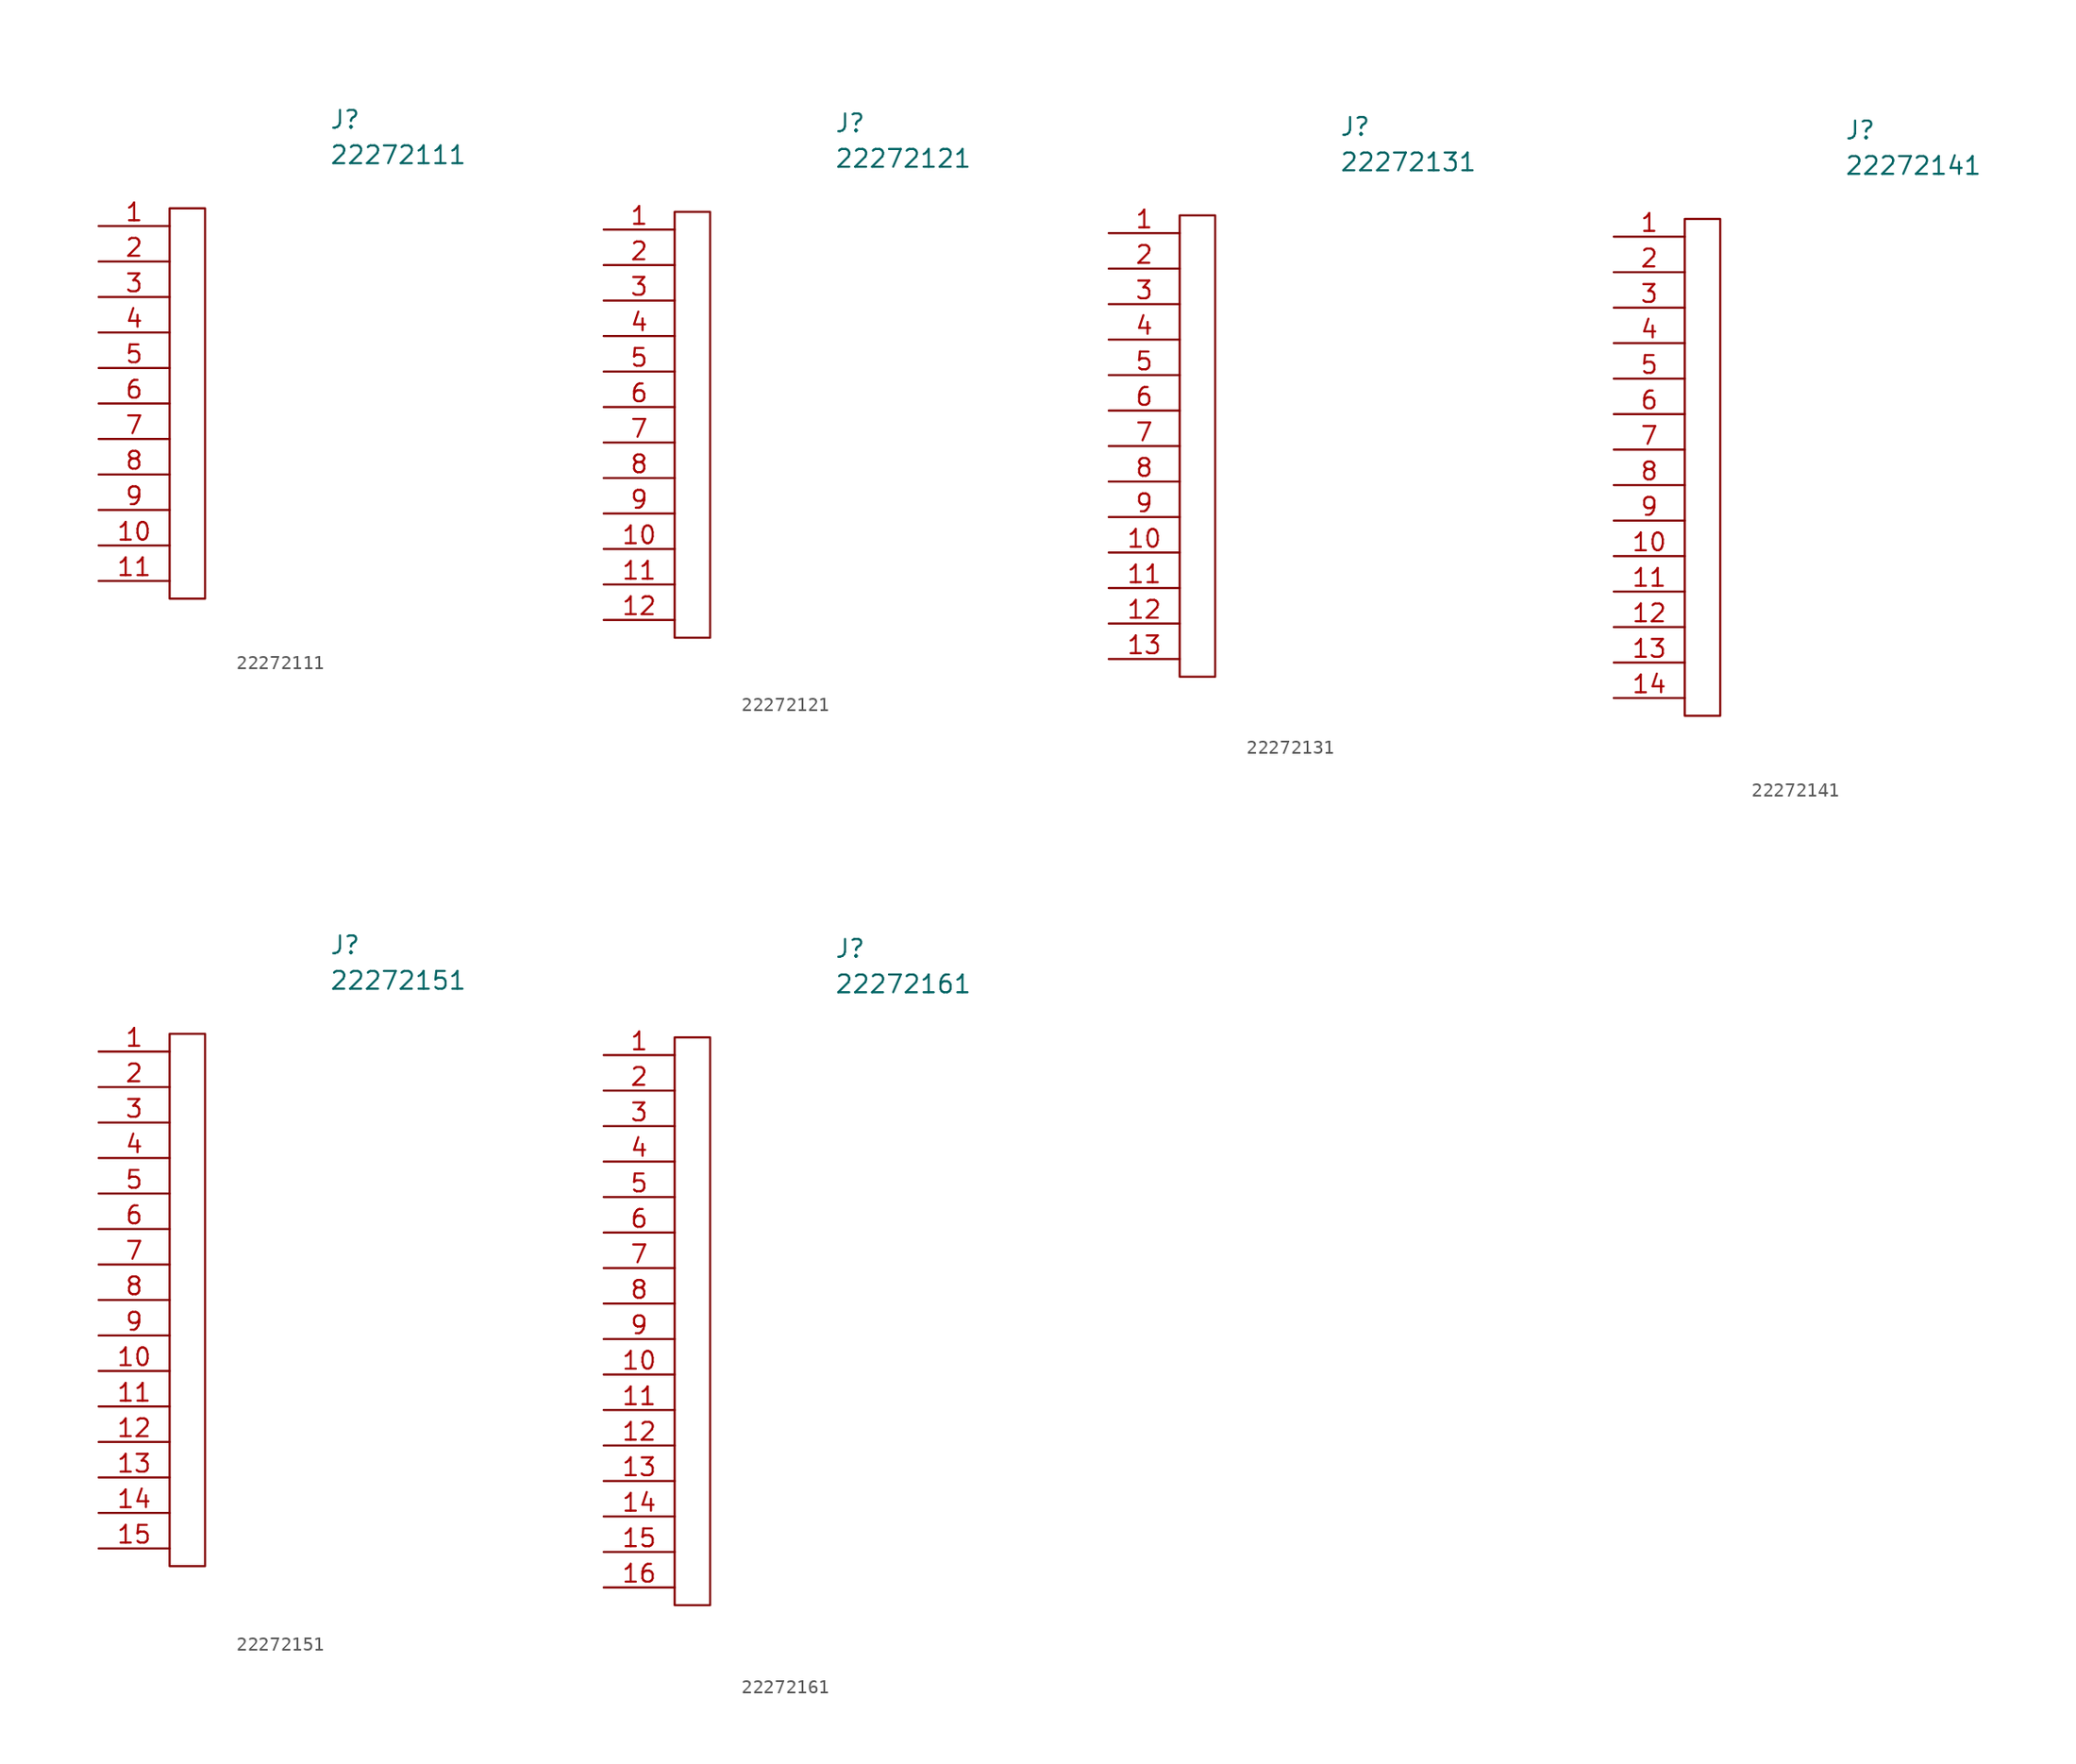
<source format=kicad_sym>
(kicad_symbol_lib
  (version 20241209)
  (generator "kicad_symbol_editor")
  (generator_version "9.0")
  (symbol "22272111"
    (pin_names
      (offset 0.762))
    (property "Reference" "J"
      (at 16.51 7.62 0)
      (effects (font (size 1.27 1.27)) (justify left)))
    (property "Value" "22272111"
      (at 16.51 5.08 0)
      (effects (font (size 1.27 1.27)) (justify left)))
    (symbol "22272111_0_1"
      (polyline (pts (xy 5.08 1.27) (xy 7.62 1.27) (xy 7.62 -26.67) (xy 5.08 -26.67) (xy 5.08 1.27)) (stroke (width 0.152) (type solid)) (fill (type none))))
    (symbol "22272111_1_0"
      (pin passive line (at 0 0 0) (length 5.08) (name "" (effects (font (size 1.27 1.27)))) (number "1" (effects (font (size 1.27 1.27)))))
      (pin passive line (at 0 -2.54 0) (length 5.08) (name "" (effects (font (size 1.27 1.27)))) (number "2" (effects (font (size 1.27 1.27)))))
      (pin passive line (at 0 -5.08 0) (length 5.08) (name "" (effects (font (size 1.27 1.27)))) (number "3" (effects (font (size 1.27 1.27)))))
      (pin passive line (at 0 -7.62 0) (length 5.08) (name "" (effects (font (size 1.27 1.27)))) (number "4" (effects (font (size 1.27 1.27)))))
      (pin passive line (at 0 -10.16 0) (length 5.08) (name "" (effects (font (size 1.27 1.27)))) (number "5" (effects (font (size 1.27 1.27)))))
      (pin passive line (at 0 -12.7 0) (length 5.08) (name "" (effects (font (size 1.27 1.27)))) (number "6" (effects (font (size 1.27 1.27)))))
      (pin passive line (at 0 -15.24 0) (length 5.08) (name "" (effects (font (size 1.27 1.27)))) (number "7" (effects (font (size 1.27 1.27)))))
      (pin passive line (at 0 -17.78 0) (length 5.08) (name "" (effects (font (size 1.27 1.27)))) (number "8" (effects (font (size 1.27 1.27)))))
      (pin passive line (at 0 -20.32 0) (length 5.08) (name "" (effects (font (size 1.27 1.27)))) (number "9" (effects (font (size 1.27 1.27)))))
      (pin passive line (at 0 -22.86 0) (length 5.08) (name "" (effects (font (size 1.27 1.27)))) (number "10" (effects (font (size 1.27 1.27)))))
      (pin passive line (at 0 -25.4 0) (length 5.08) (name "" (effects (font (size 1.27 1.27)))) (number "11" (effects (font (size 1.27 1.27)))))))
  (symbol "22272121"
    (pin_names
      (offset 0.762))
    (property "Reference" "J"
      (at 16.51 7.62 0)
      (effects (font (size 1.27 1.27)) (justify left)))
    (property "Value" "22272121"
      (at 16.51 5.08 0)
      (effects (font (size 1.27 1.27)) (justify left)))
    (symbol "22272121_0_1"
      (polyline (pts (xy 5.08 1.27) (xy 7.62 1.27) (xy 7.62 -29.21) (xy 5.08 -29.21) (xy 5.08 1.27)) (stroke (width 0.152) (type solid)) (fill (type none))))
    (symbol "22272121_1_0"
      (pin passive line (at 0 0 0) (length 5.08) (name "" (effects (font (size 1.27 1.27)))) (number "1" (effects (font (size 1.27 1.27)))))
      (pin passive line (at 0 -2.54 0) (length 5.08) (name "" (effects (font (size 1.27 1.27)))) (number "2" (effects (font (size 1.27 1.27)))))
      (pin passive line (at 0 -5.08 0) (length 5.08) (name "" (effects (font (size 1.27 1.27)))) (number "3" (effects (font (size 1.27 1.27)))))
      (pin passive line (at 0 -7.62 0) (length 5.08) (name "" (effects (font (size 1.27 1.27)))) (number "4" (effects (font (size 1.27 1.27)))))
      (pin passive line (at 0 -10.16 0) (length 5.08) (name "" (effects (font (size 1.27 1.27)))) (number "5" (effects (font (size 1.27 1.27)))))
      (pin passive line (at 0 -12.7 0) (length 5.08) (name "" (effects (font (size 1.27 1.27)))) (number "6" (effects (font (size 1.27 1.27)))))
      (pin passive line (at 0 -15.24 0) (length 5.08) (name "" (effects (font (size 1.27 1.27)))) (number "7" (effects (font (size 1.27 1.27)))))
      (pin passive line (at 0 -17.78 0) (length 5.08) (name "" (effects (font (size 1.27 1.27)))) (number "8" (effects (font (size 1.27 1.27)))))
      (pin passive line (at 0 -20.32 0) (length 5.08) (name "" (effects (font (size 1.27 1.27)))) (number "9" (effects (font (size 1.27 1.27)))))
      (pin passive line (at 0 -22.86 0) (length 5.08) (name "" (effects (font (size 1.27 1.27)))) (number "10" (effects (font (size 1.27 1.27)))))
      (pin passive line (at 0 -25.4 0) (length 5.08) (name "" (effects (font (size 1.27 1.27)))) (number "11" (effects (font (size 1.27 1.27)))))
      (pin passive line (at 0 -27.94 0) (length 5.08) (name "" (effects (font (size 1.27 1.27)))) (number "12" (effects (font (size 1.27 1.27)))))))
  (symbol "22272131"
    (pin_names
      (offset 0.762))
    (property "Reference" "J"
      (at 16.51 7.62 0)
      (effects (font (size 1.27 1.27)) (justify left)))
    (property "Value" "22272131"
      (at 16.51 5.08 0)
      (effects (font (size 1.27 1.27)) (justify left)))
    (symbol "22272131_0_1"
      (polyline (pts (xy 5.08 1.27) (xy 7.62 1.27) (xy 7.62 -31.75) (xy 5.08 -31.75) (xy 5.08 1.27)) (stroke (width 0.152) (type solid)) (fill (type none))))
    (symbol "22272131_1_0"
      (pin passive line (at 0 0 0) (length 5.08) (name "" (effects (font (size 1.27 1.27)))) (number "1" (effects (font (size 1.27 1.27)))))
      (pin passive line (at 0 -2.54 0) (length 5.08) (name "" (effects (font (size 1.27 1.27)))) (number "2" (effects (font (size 1.27 1.27)))))
      (pin passive line (at 0 -5.08 0) (length 5.08) (name "" (effects (font (size 1.27 1.27)))) (number "3" (effects (font (size 1.27 1.27)))))
      (pin passive line (at 0 -7.62 0) (length 5.08) (name "" (effects (font (size 1.27 1.27)))) (number "4" (effects (font (size 1.27 1.27)))))
      (pin passive line (at 0 -10.16 0) (length 5.08) (name "" (effects (font (size 1.27 1.27)))) (number "5" (effects (font (size 1.27 1.27)))))
      (pin passive line (at 0 -12.7 0) (length 5.08) (name "" (effects (font (size 1.27 1.27)))) (number "6" (effects (font (size 1.27 1.27)))))
      (pin passive line (at 0 -15.24 0) (length 5.08) (name "" (effects (font (size 1.27 1.27)))) (number "7" (effects (font (size 1.27 1.27)))))
      (pin passive line (at 0 -17.78 0) (length 5.08) (name "" (effects (font (size 1.27 1.27)))) (number "8" (effects (font (size 1.27 1.27)))))
      (pin passive line (at 0 -20.32 0) (length 5.08) (name "" (effects (font (size 1.27 1.27)))) (number "9" (effects (font (size 1.27 1.27)))))
      (pin passive line (at 0 -22.86 0) (length 5.08) (name "" (effects (font (size 1.27 1.27)))) (number "10" (effects (font (size 1.27 1.27)))))
      (pin passive line (at 0 -25.4 0) (length 5.08) (name "" (effects (font (size 1.27 1.27)))) (number "11" (effects (font (size 1.27 1.27)))))
      (pin passive line (at 0 -27.94 0) (length 5.08) (name "" (effects (font (size 1.27 1.27)))) (number "12" (effects (font (size 1.27 1.27)))))
      (pin passive line (at 0 -30.48 0) (length 5.08) (name "" (effects (font (size 1.27 1.27)))) (number "13" (effects (font (size 1.27 1.27)))))))
  (symbol "22272141"
    (pin_names
      (offset 0.762))
    (property "Reference" "J"
      (at 16.51 7.62 0)
      (effects (font (size 1.27 1.27)) (justify left)))
    (property "Value" "22272141"
      (at 16.51 5.08 0)
      (effects (font (size 1.27 1.27)) (justify left)))
    (symbol "22272141_0_1"
      (polyline (pts (xy 5.08 1.27) (xy 7.62 1.27) (xy 7.62 -34.29) (xy 5.08 -34.29) (xy 5.08 1.27)) (stroke (width 0.152) (type solid)) (fill (type none))))
    (symbol "22272141_1_0"
      (pin passive line (at 0 0 0) (length 5.08) (name "" (effects (font (size 1.27 1.27)))) (number "1" (effects (font (size 1.27 1.27)))))
      (pin passive line (at 0 -2.54 0) (length 5.08) (name "" (effects (font (size 1.27 1.27)))) (number "2" (effects (font (size 1.27 1.27)))))
      (pin passive line (at 0 -5.08 0) (length 5.08) (name "" (effects (font (size 1.27 1.27)))) (number "3" (effects (font (size 1.27 1.27)))))
      (pin passive line (at 0 -7.62 0) (length 5.08) (name "" (effects (font (size 1.27 1.27)))) (number "4" (effects (font (size 1.27 1.27)))))
      (pin passive line (at 0 -10.16 0) (length 5.08) (name "" (effects (font (size 1.27 1.27)))) (number "5" (effects (font (size 1.27 1.27)))))
      (pin passive line (at 0 -12.7 0) (length 5.08) (name "" (effects (font (size 1.27 1.27)))) (number "6" (effects (font (size 1.27 1.27)))))
      (pin passive line (at 0 -15.24 0) (length 5.08) (name "" (effects (font (size 1.27 1.27)))) (number "7" (effects (font (size 1.27 1.27)))))
      (pin passive line (at 0 -17.78 0) (length 5.08) (name "" (effects (font (size 1.27 1.27)))) (number "8" (effects (font (size 1.27 1.27)))))
      (pin passive line (at 0 -20.32 0) (length 5.08) (name "" (effects (font (size 1.27 1.27)))) (number "9" (effects (font (size 1.27 1.27)))))
      (pin passive line (at 0 -22.86 0) (length 5.08) (name "" (effects (font (size 1.27 1.27)))) (number "10" (effects (font (size 1.27 1.27)))))
      (pin passive line (at 0 -25.4 0) (length 5.08) (name "" (effects (font (size 1.27 1.27)))) (number "11" (effects (font (size 1.27 1.27)))))
      (pin passive line (at 0 -27.94 0) (length 5.08) (name "" (effects (font (size 1.27 1.27)))) (number "12" (effects (font (size 1.27 1.27)))))
      (pin passive line (at 0 -30.48 0) (length 5.08) (name "" (effects (font (size 1.27 1.27)))) (number "13" (effects (font (size 1.27 1.27)))))
      (pin passive line (at 0 -33.02 0) (length 5.08) (name "" (effects (font (size 1.27 1.27)))) (number "14" (effects (font (size 1.27 1.27)))))))
  (symbol "22272151"
    (pin_names
      (offset 0.762))
    (property "Reference" "J"
      (at 16.51 7.62 0)
      (effects (font (size 1.27 1.27)) (justify left)))
    (property "Value" "22272151"
      (at 16.51 5.08 0)
      (effects (font (size 1.27 1.27)) (justify left)))
    (symbol "22272151_0_1"
      (polyline (pts (xy 5.08 1.27) (xy 7.62 1.27) (xy 7.62 -36.83) (xy 5.08 -36.83) (xy 5.08 1.27)) (stroke (width 0.152) (type solid)) (fill (type none))))
    (symbol "22272151_1_0"
      (pin passive line (at 0 0 0) (length 5.08) (name "" (effects (font (size 1.27 1.27)))) (number "1" (effects (font (size 1.27 1.27)))))
      (pin passive line (at 0 -2.54 0) (length 5.08) (name "" (effects (font (size 1.27 1.27)))) (number "2" (effects (font (size 1.27 1.27)))))
      (pin passive line (at 0 -5.08 0) (length 5.08) (name "" (effects (font (size 1.27 1.27)))) (number "3" (effects (font (size 1.27 1.27)))))
      (pin passive line (at 0 -7.62 0) (length 5.08) (name "" (effects (font (size 1.27 1.27)))) (number "4" (effects (font (size 1.27 1.27)))))
      (pin passive line (at 0 -10.16 0) (length 5.08) (name "" (effects (font (size 1.27 1.27)))) (number "5" (effects (font (size 1.27 1.27)))))
      (pin passive line (at 0 -12.7 0) (length 5.08) (name "" (effects (font (size 1.27 1.27)))) (number "6" (effects (font (size 1.27 1.27)))))
      (pin passive line (at 0 -15.24 0) (length 5.08) (name "" (effects (font (size 1.27 1.27)))) (number "7" (effects (font (size 1.27 1.27)))))
      (pin passive line (at 0 -17.78 0) (length 5.08) (name "" (effects (font (size 1.27 1.27)))) (number "8" (effects (font (size 1.27 1.27)))))
      (pin passive line (at 0 -20.32 0) (length 5.08) (name "" (effects (font (size 1.27 1.27)))) (number "9" (effects (font (size 1.27 1.27)))))
      (pin passive line (at 0 -22.86 0) (length 5.08) (name "" (effects (font (size 1.27 1.27)))) (number "10" (effects (font (size 1.27 1.27)))))
      (pin passive line (at 0 -25.4 0) (length 5.08) (name "" (effects (font (size 1.27 1.27)))) (number "11" (effects (font (size 1.27 1.27)))))
      (pin passive line (at 0 -27.94 0) (length 5.08) (name "" (effects (font (size 1.27 1.27)))) (number "12" (effects (font (size 1.27 1.27)))))
      (pin passive line (at 0 -30.48 0) (length 5.08) (name "" (effects (font (size 1.27 1.27)))) (number "13" (effects (font (size 1.27 1.27)))))
      (pin passive line (at 0 -33.02 0) (length 5.08) (name "" (effects (font (size 1.27 1.27)))) (number "14" (effects (font (size 1.27 1.27)))))
      (pin passive line (at 0 -35.56 0) (length 5.08) (name "" (effects (font (size 1.27 1.27)))) (number "15" (effects (font (size 1.27 1.27)))))))
  (symbol "22272161"
    (pin_names
      (offset 0.762))
    (property "Reference" "J"
      (at 16.51 7.62 0)
      (effects (font (size 1.27 1.27)) (justify left)))
    (property "Value" "22272161"
      (at 16.51 5.08 0)
      (effects (font (size 1.27 1.27)) (justify left)))
    (symbol "22272161_0_1"
      (polyline (pts (xy 5.08 1.27) (xy 7.62 1.27) (xy 7.62 -39.37) (xy 5.08 -39.37) (xy 5.08 1.27)) (stroke (width 0.152) (type solid)) (fill (type none))))
    (symbol "22272161_1_0"
      (pin passive line (at 0 0 0) (length 5.08) (name "" (effects (font (size 1.27 1.27)))) (number "1" (effects (font (size 1.27 1.27)))))
      (pin passive line (at 0 -2.54 0) (length 5.08) (name "" (effects (font (size 1.27 1.27)))) (number "2" (effects (font (size 1.27 1.27)))))
      (pin passive line (at 0 -5.08 0) (length 5.08) (name "" (effects (font (size 1.27 1.27)))) (number "3" (effects (font (size 1.27 1.27)))))
      (pin passive line (at 0 -7.62 0) (length 5.08) (name "" (effects (font (size 1.27 1.27)))) (number "4" (effects (font (size 1.27 1.27)))))
      (pin passive line (at 0 -10.16 0) (length 5.08) (name "" (effects (font (size 1.27 1.27)))) (number "5" (effects (font (size 1.27 1.27)))))
      (pin passive line (at 0 -12.7 0) (length 5.08) (name "" (effects (font (size 1.27 1.27)))) (number "6" (effects (font (size 1.27 1.27)))))
      (pin passive line (at 0 -15.24 0) (length 5.08) (name "" (effects (font (size 1.27 1.27)))) (number "7" (effects (font (size 1.27 1.27)))))
      (pin passive line (at 0 -17.78 0) (length 5.08) (name "" (effects (font (size 1.27 1.27)))) (number "8" (effects (font (size 1.27 1.27)))))
      (pin passive line (at 0 -20.32 0) (length 5.08) (name "" (effects (font (size 1.27 1.27)))) (number "9" (effects (font (size 1.27 1.27)))))
      (pin passive line (at 0 -22.86 0) (length 5.08) (name "" (effects (font (size 1.27 1.27)))) (number "10" (effects (font (size 1.27 1.27)))))
      (pin passive line (at 0 -25.4 0) (length 5.08) (name "" (effects (font (size 1.27 1.27)))) (number "11" (effects (font (size 1.27 1.27)))))
      (pin passive line (at 0 -27.94 0) (length 5.08) (name "" (effects (font (size 1.27 1.27)))) (number "12" (effects (font (size 1.27 1.27)))))
      (pin passive line (at 0 -30.48 0) (length 5.08) (name "" (effects (font (size 1.27 1.27)))) (number "13" (effects (font (size 1.27 1.27)))))
      (pin passive line (at 0 -33.02 0) (length 5.08) (name "" (effects (font (size 1.27 1.27)))) (number "14" (effects (font (size 1.27 1.27)))))
      (pin passive line (at 0 -35.56 0) (length 5.08) (name "" (effects (font (size 1.27 1.27)))) (number "15" (effects (font (size 1.27 1.27)))))
      (pin passive line (at 0 -38.1 0) (length 5.08) (name "" (effects (font (size 1.27 1.27)))) (number "16" (effects (font (size 1.27 1.27))))))))
</source>
